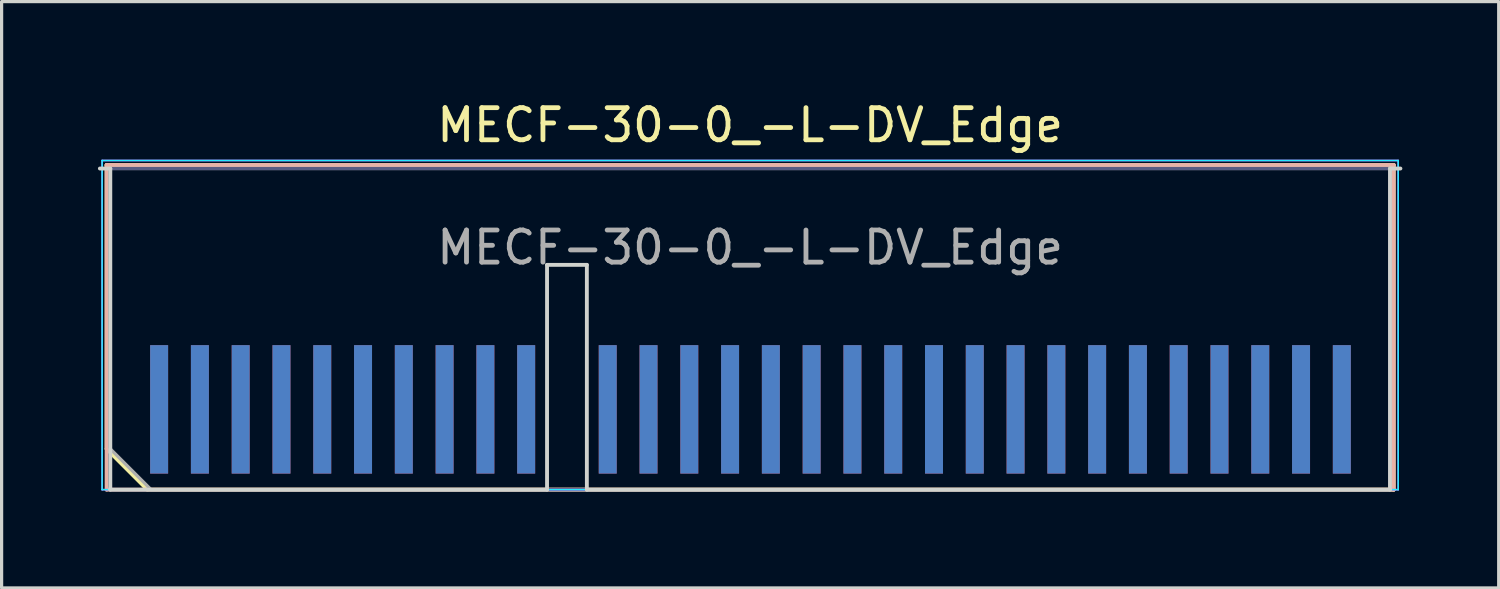
<source format=kicad_pcb>
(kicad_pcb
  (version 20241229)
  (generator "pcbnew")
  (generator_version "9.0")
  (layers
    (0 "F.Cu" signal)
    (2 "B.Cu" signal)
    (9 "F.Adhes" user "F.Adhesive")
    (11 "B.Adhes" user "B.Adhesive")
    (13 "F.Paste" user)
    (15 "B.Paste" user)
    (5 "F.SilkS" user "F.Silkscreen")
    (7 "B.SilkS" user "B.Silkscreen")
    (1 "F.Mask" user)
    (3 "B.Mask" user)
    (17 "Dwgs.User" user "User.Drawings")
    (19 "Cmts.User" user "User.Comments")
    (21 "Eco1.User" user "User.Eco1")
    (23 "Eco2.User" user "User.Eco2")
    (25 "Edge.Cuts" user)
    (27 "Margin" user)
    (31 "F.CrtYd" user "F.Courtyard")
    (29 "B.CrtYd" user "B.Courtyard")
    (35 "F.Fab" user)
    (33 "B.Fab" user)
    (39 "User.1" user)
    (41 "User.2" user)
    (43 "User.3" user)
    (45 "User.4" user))
  (footprint "MECF-30-0_-L-DV_Edge"
    (layer "F.Cu")
    (at 20.31 7.198)
    (property "Reference" "MECF-30-0_-L-DV_Edge" (at 0 -6.35 0) (layer "F.SilkS") (effects (font (size 1 1) (thickness 0.15))))
    (attr exclude_from_pos_files exclude_from_bom)
    (fp_line (start -20.04 -5.11) (end 20.04 -5.11) (stroke (width 0.12) (type solid)) (layer "F.SilkS"))
    (fp_line (start -20.04 3.73) (end -20.04 -5.11) (stroke (width 0.12) (type solid)) (layer "F.SilkS"))
    (fp_line (start -18.77 5) (end -20.04 3.73) (stroke (width 0.12) (type solid)) (layer "F.SilkS"))
    (fp_line (start -18.77 5) (end 20.04 5) (stroke (width 0.12) (type solid)) (layer "F.SilkS"))
    (fp_line (start 20.04 5) (end 20.04 -5.11) (stroke (width 0.12) (type solid)) (layer "F.SilkS"))
    (fp_line (start -20.04 -5.11) (end 20.04 -5.11) (stroke (width 0.12) (type solid)) (layer "B.SilkS"))
    (fp_line (start -20.04 5) (end -20.04 -5.11) (stroke (width 0.12) (type solid)) (layer "B.SilkS"))
    (fp_line (start -20.04 5) (end 20.04 5) (stroke (width 0.12) (type solid)) (layer "B.SilkS"))
    (fp_line (start 20.04 5) (end 20.04 -5.11) (stroke (width 0.12) (type solid)) (layer "B.SilkS"))
    (fp_line (start -20.25 -5) (end -19.925 -5) (stroke (width 0.12) (type solid)) (layer "Edge.Cuts"))
    (fp_line (start -19.925 5) (end -19.925 -5) (stroke (width 0.12) (type solid)) (layer "Edge.Cuts"))
    (fp_line (start -19.925 5) (end -6.325 5) (stroke (width 0.12) (type solid)) (layer "Edge.Cuts"))
    (fp_line (start -6.325 -2) (end -5.085 -2) (stroke (width 0.12) (type solid)) (layer "Edge.Cuts"))
    (fp_line (start -6.325 5) (end -6.325 -2) (stroke (width 0.12) (type solid)) (layer "Edge.Cuts"))
    (fp_line (start -5.085 5) (end -5.085 -2) (stroke (width 0.12) (type solid)) (layer "Edge.Cuts"))
    (fp_line (start -5.085 5) (end 19.925 5) (stroke (width 0.12) (type solid)) (layer "Edge.Cuts"))
    (fp_line (start 19.925 5) (end 19.925 -5) (stroke (width 0.12) (type solid)) (layer "Edge.Cuts"))
    (fp_line (start 20.25 -5) (end 19.925 -5) (stroke (width 0.12) (type solid)) (layer "Edge.Cuts"))
    (fp_line (start -20.18 -5.25) (end -20.18 5) (stroke (width 0.05) (type solid)) (layer "B.CrtYd"))
    (fp_line (start -20.18 5) (end 20.18 5) (stroke (width 0.05) (type solid)) (layer "B.CrtYd"))
    (fp_line (start 20.18 -5.25) (end -20.18 -5.25) (stroke (width 0.05) (type solid)) (layer "B.CrtYd"))
    (fp_line (start 20.18 5) (end 20.18 -5.25) (stroke (width 0.05) (type solid)) (layer "B.CrtYd"))
    (fp_line (start -20.18 -5.25) (end -20.18 5) (stroke (width 0.05) (type solid)) (layer "F.CrtYd"))
    (fp_line (start -20.18 5) (end 20.18 5) (stroke (width 0.05) (type solid)) (layer "F.CrtYd"))
    (fp_line (start 20.18 -5.25) (end -20.18 -5.25) (stroke (width 0.05) (type solid)) (layer "F.CrtYd"))
    (fp_line (start 20.18 5) (end 20.18 -5.25) (stroke (width 0.05) (type solid)) (layer "F.CrtYd"))
    (fp_line (start -19.925 -5) (end 19.925 -5) (stroke (width 0.1) (type solid)) (layer "B.Fab"))
    (fp_line (start -19.925 5) (end -19.925 -5) (stroke (width 0.1) (type solid)) (layer "B.Fab"))
    (fp_line (start -19.925 5) (end 19.925 5) (stroke (width 0.1) (type solid)) (layer "B.Fab"))
    (fp_line (start 19.925 5) (end 19.925 -5) (stroke (width 0.1) (type solid)) (layer "B.Fab"))
    (fp_line (start -19.925 -5) (end 19.925 -5) (stroke (width 0.1) (type solid)) (layer "F.Fab"))
    (fp_line (start -19.925 3.73) (end -19.925 -5) (stroke (width 0.1) (type solid)) (layer "F.Fab"))
    (fp_line (start -19.925 3.73) (end -18.655 5) (stroke (width 0.1) (type solid)) (layer "F.Fab"))
    (fp_line (start -18.655 5) (end 19.925 5) (stroke (width 0.1) (type solid)) (layer "F.Fab"))
    (fp_line (start 19.925 5) (end 19.925 -5) (stroke (width 0.1) (type solid)) (layer "F.Fab"))
    (fp_text user "${REFERENCE}" (at 0 -2.54 0) (layer "F.Fab") (effects (font (size 1 1) (thickness 0.15))))
    (pad "1" smd rect (at -18.405 2.5) (size 0.56 4) (layers "F.Cu" "F.Mask" "F.Paste"))
    (pad "2" smd rect (at -18.405 2.5) (size 0.56 4) (layers "B.Cu" "B.Mask" "B.Paste"))
    (pad "3" smd rect (at -17.135 2.5) (size 0.56 4) (layers "F.Cu" "F.Mask" "F.Paste"))
    (pad "4" smd rect (at -17.135 2.5) (size 0.56 4) (layers "B.Cu" "B.Mask" "B.Paste"))
    (pad "5" smd rect (at -15.865 2.5) (size 0.56 4) (layers "F.Cu" "F.Mask" "F.Paste"))
    (pad "6" smd rect (at -15.865 2.5) (size 0.56 4) (layers "B.Cu" "B.Mask" "B.Paste"))
    (pad "7" smd rect (at -14.595 2.5) (size 0.56 4) (layers "F.Cu" "F.Mask" "F.Paste"))
    (pad "8" smd rect (at -14.595 2.5) (size 0.56 4) (layers "B.Cu" "B.Mask" "B.Paste"))
    (pad "9" smd rect (at -13.325 2.5) (size 0.56 4) (layers "F.Cu" "F.Mask" "F.Paste"))
    (pad "10" smd rect (at -13.325 2.5) (size 0.56 4) (layers "B.Cu" "B.Mask" "B.Paste"))
    (pad "11" smd rect (at -12.055 2.5) (size 0.56 4) (layers "F.Cu" "F.Mask" "F.Paste"))
    (pad "12" smd rect (at -12.055 2.5) (size 0.56 4) (layers "B.Cu" "B.Mask" "B.Paste"))
    (pad "13" smd rect (at -10.785 2.5) (size 0.56 4) (layers "F.Cu" "F.Mask" "F.Paste"))
    (pad "14" smd rect (at -10.785 2.5) (size 0.56 4) (layers "B.Cu" "B.Mask" "B.Paste"))
    (pad "15" smd rect (at -9.515 2.5) (size 0.56 4) (layers "F.Cu" "F.Mask" "F.Paste"))
    (pad "16" smd rect (at -9.515 2.5) (size 0.56 4) (layers "B.Cu" "B.Mask" "B.Paste"))
    (pad "17" smd rect (at -8.245 2.5) (size 0.56 4) (layers "F.Cu" "F.Mask" "F.Paste"))
    (pad "18" smd rect (at -8.245 2.5) (size 0.56 4) (layers "B.Cu" "B.Mask" "B.Paste"))
    (pad "19" smd rect (at -6.975 2.5) (size 0.56 4) (layers "F.Cu" "F.Mask" "F.Paste"))
    (pad "20" smd rect (at -6.975 2.5) (size 0.56 4) (layers "B.Cu" "B.Mask" "B.Paste"))
    (pad "23" smd rect (at -4.435 2.5) (size 0.56 4) (layers "F.Cu" "F.Mask" "F.Paste"))
    (pad "24" smd rect (at -4.435 2.5) (size 0.56 4) (layers "B.Cu" "B.Mask" "B.Paste"))
    (pad "25" smd rect (at -3.165 2.5) (size 0.56 4) (layers "F.Cu" "F.Mask" "F.Paste"))
    (pad "26" smd rect (at -3.165 2.5) (size 0.56 4) (layers "B.Cu" "B.Mask" "B.Paste"))
    (pad "27" smd rect (at -1.895 2.5) (size 0.56 4) (layers "F.Cu" "F.Mask" "F.Paste"))
    (pad "28" smd rect (at -1.895 2.5) (size 0.56 4) (layers "B.Cu" "B.Mask" "B.Paste"))
    (pad "29" smd rect (at -0.625 2.5) (size 0.56 4) (layers "F.Cu" "F.Mask" "F.Paste"))
    (pad "30" smd rect (at -0.625 2.5) (size 0.56 4) (layers "B.Cu" "B.Mask" "B.Paste"))
    (pad "31" smd rect (at 0.645 2.5) (size 0.56 4) (layers "F.Cu" "F.Mask" "F.Paste"))
    (pad "32" smd rect (at 0.645 2.5) (size 0.56 4) (layers "B.Cu" "B.Mask" "B.Paste"))
    (pad "33" smd rect (at 1.915 2.5) (size 0.56 4) (layers "F.Cu" "F.Mask" "F.Paste"))
    (pad "34" smd rect (at 1.915 2.5) (size 0.56 4) (layers "B.Cu" "B.Mask" "B.Paste"))
    (pad "35" smd rect (at 3.185 2.5) (size 0.56 4) (layers "F.Cu" "F.Mask" "F.Paste"))
    (pad "36" smd rect (at 3.185 2.5) (size 0.56 4) (layers "B.Cu" "B.Mask" "B.Paste"))
    (pad "37" smd rect (at 4.455 2.5) (size 0.56 4) (layers "F.Cu" "F.Mask" "F.Paste"))
    (pad "38" smd rect (at 4.455 2.5) (size 0.56 4) (layers "B.Cu" "B.Mask" "B.Paste"))
    (pad "39" smd rect (at 5.725 2.5) (size 0.56 4) (layers "F.Cu" "F.Mask" "F.Paste"))
    (pad "40" smd rect (at 5.725 2.5) (size 0.56 4) (layers "B.Cu" "B.Mask" "B.Paste"))
    (pad "41" smd rect (at 6.995 2.5) (size 0.56 4) (layers "F.Cu" "F.Mask" "F.Paste"))
    (pad "42" smd rect (at 6.995 2.5) (size 0.56 4) (layers "B.Cu" "B.Mask" "B.Paste"))
    (pad "43" smd rect (at 8.265 2.5) (size 0.56 4) (layers "F.Cu" "F.Mask" "F.Paste"))
    (pad "44" smd rect (at 8.265 2.5) (size 0.56 4) (layers "B.Cu" "B.Mask" "B.Paste"))
    (pad "45" smd rect (at 9.535 2.5) (size 0.56 4) (layers "F.Cu" "F.Mask" "F.Paste"))
    (pad "46" smd rect (at 9.535 2.5) (size 0.56 4) (layers "B.Cu" "B.Mask" "B.Paste"))
    (pad "47" smd rect (at 10.805 2.5) (size 0.56 4) (layers "F.Cu" "F.Mask" "F.Paste"))
    (pad "48" smd rect (at 10.805 2.5) (size 0.56 4) (layers "B.Cu" "B.Mask" "B.Paste"))
    (pad "49" smd rect (at 12.075 2.5) (size 0.56 4) (layers "F.Cu" "F.Mask" "F.Paste"))
    (pad "50" smd rect (at 12.075 2.5) (size 0.56 4) (layers "B.Cu" "B.Mask" "B.Paste"))
    (pad "51" smd rect (at 13.345 2.5) (size 0.56 4) (layers "F.Cu" "F.Mask" "F.Paste"))
    (pad "52" smd rect (at 13.345 2.5) (size 0.56 4) (layers "B.Cu" "B.Mask" "B.Paste"))
    (pad "53" smd rect (at 14.615 2.5) (size 0.56 4) (layers "F.Cu" "F.Mask" "F.Paste"))
    (pad "54" smd rect (at 14.615 2.5) (size 0.56 4) (layers "B.Cu" "B.Mask" "B.Paste"))
    (pad "55" smd rect (at 15.885 2.5) (size 0.56 4) (layers "F.Cu" "F.Mask" "F.Paste"))
    (pad "56" smd rect (at 15.885 2.5) (size 0.56 4) (layers "B.Cu" "B.Mask" "B.Paste"))
    (pad "57" smd rect (at 17.155 2.5) (size 0.56 4) (layers "F.Cu" "F.Mask" "F.Paste"))
    (pad "58" smd rect (at 17.155 2.5) (size 0.56 4) (layers "B.Cu" "B.Mask" "B.Paste"))
    (pad "59" smd rect (at 18.425 2.5) (size 0.56 4) (layers "F.Cu" "F.Mask" "F.Paste"))
    (pad "60" smd rect (at 18.425 2.5) (size 0.56 4) (layers "B.Cu" "B.Mask" "B.Paste")))
  (gr_rect
    (start -3 -3)
    (end 43.62 15.258)
    (stroke (width 0.1) (type default))
    (fill no)
    (layer "Edge.Cuts")))
</source>
